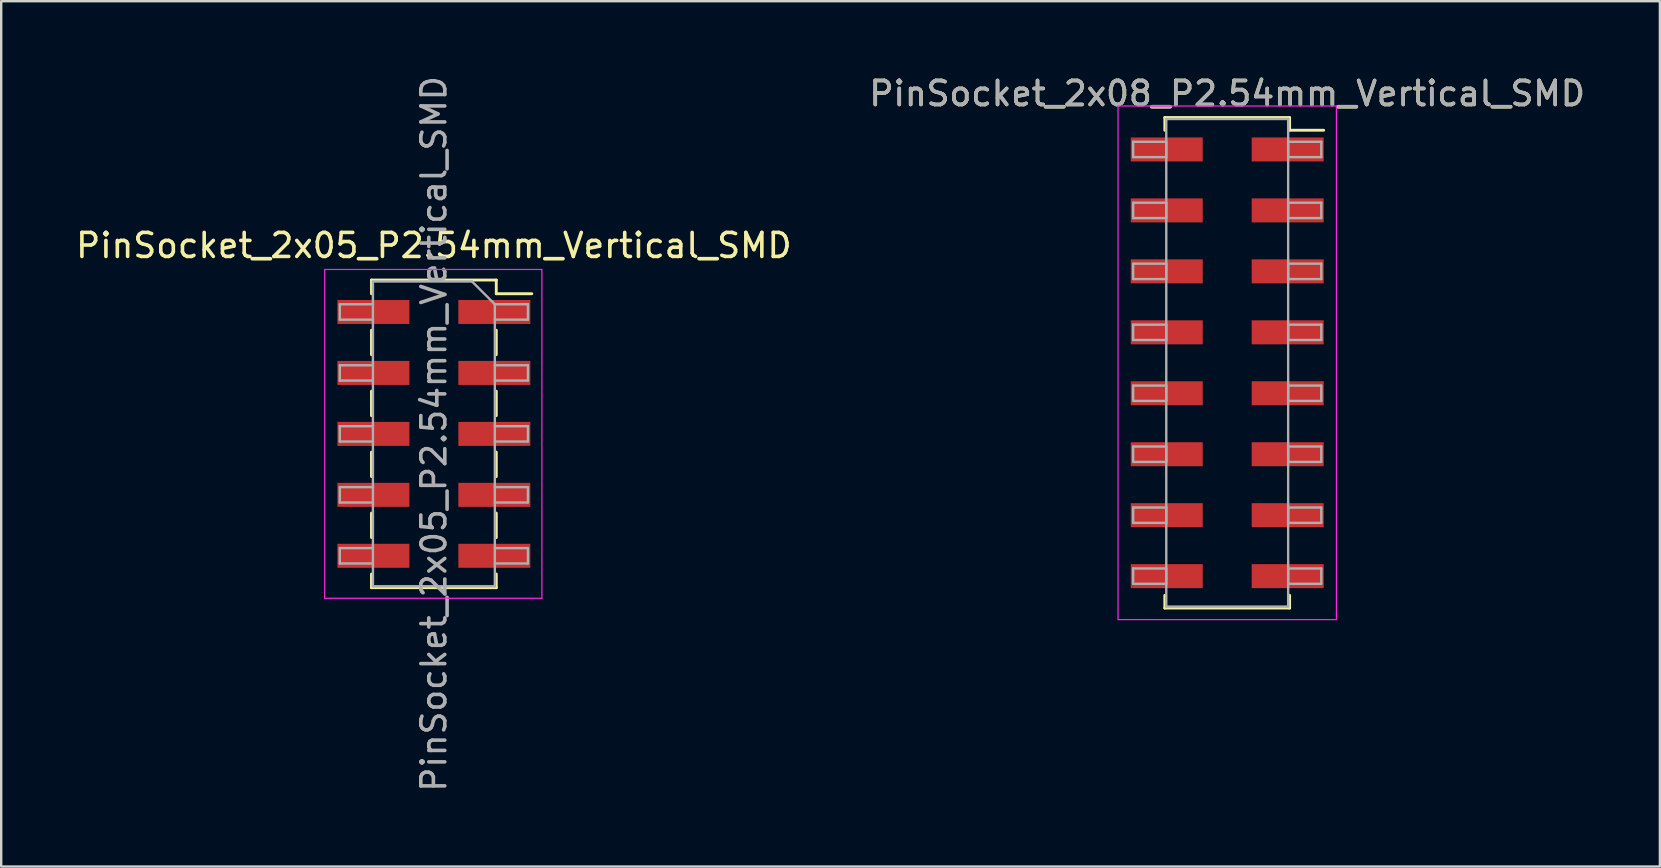
<source format=kicad_pcb>
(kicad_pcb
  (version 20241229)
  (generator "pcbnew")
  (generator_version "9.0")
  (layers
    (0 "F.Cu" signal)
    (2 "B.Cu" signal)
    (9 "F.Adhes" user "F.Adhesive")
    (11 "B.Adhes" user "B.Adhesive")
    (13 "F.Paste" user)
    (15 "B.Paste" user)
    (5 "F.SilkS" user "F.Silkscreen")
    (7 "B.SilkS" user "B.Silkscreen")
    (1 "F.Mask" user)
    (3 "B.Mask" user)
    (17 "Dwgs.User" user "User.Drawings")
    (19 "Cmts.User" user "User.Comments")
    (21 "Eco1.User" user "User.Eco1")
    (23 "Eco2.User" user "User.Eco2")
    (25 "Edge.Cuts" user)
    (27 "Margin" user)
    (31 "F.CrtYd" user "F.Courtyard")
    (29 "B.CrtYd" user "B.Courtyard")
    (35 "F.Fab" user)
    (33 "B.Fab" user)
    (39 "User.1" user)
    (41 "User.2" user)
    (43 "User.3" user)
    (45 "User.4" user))
  (footprint "PinSocket_2x05_P2.54mm_Vertical_SMD"
    (layer "F.Cu")
    (at 15.03 15.03)
    (property "Reference" "PinSocket_2x05_P2.54mm_Vertical_SMD" (at 0 -7.85 0) (layer "F.SilkS") (effects (font (size 1 1) (thickness 0.15))))
    (attr smd)
    (fp_line (start -2.6 -6.41) (end 2.6 -6.41) (stroke (width 0.12) (type solid)) (layer "F.SilkS"))
    (fp_line (start -2.6 -5.84) (end -2.6 -6.41) (stroke (width 0.12) (type solid)) (layer "F.SilkS"))
    (fp_line (start -2.6 -4.32) (end -2.6 -3.3) (stroke (width 0.12) (type solid)) (layer "F.SilkS"))
    (fp_line (start -2.6 -1.78) (end -2.6 -0.76) (stroke (width 0.12) (type solid)) (layer "F.SilkS"))
    (fp_line (start -2.6 0.76) (end -2.6 1.78) (stroke (width 0.12) (type solid)) (layer "F.SilkS"))
    (fp_line (start -2.6 3.3) (end -2.6 4.32) (stroke (width 0.12) (type solid)) (layer "F.SilkS"))
    (fp_line (start -2.6 6.41) (end -2.6 5.84) (stroke (width 0.12) (type solid)) (layer "F.SilkS"))
    (fp_line (start 2.6 -6.41) (end 2.6 -5.84) (stroke (width 0.12) (type solid)) (layer "F.SilkS"))
    (fp_line (start 2.6 -5.84) (end 4.08 -5.84) (stroke (width 0.12) (type solid)) (layer "F.SilkS"))
    (fp_line (start 2.6 -3.3) (end 2.6 -4.32) (stroke (width 0.12) (type solid)) (layer "F.SilkS"))
    (fp_line (start 2.6 -0.76) (end 2.6 -1.78) (stroke (width 0.12) (type solid)) (layer "F.SilkS"))
    (fp_line (start 2.6 1.78) (end 2.6 0.76) (stroke (width 0.12) (type solid)) (layer "F.SilkS"))
    (fp_line (start 2.6 4.32) (end 2.6 3.3) (stroke (width 0.12) (type solid)) (layer "F.SilkS"))
    (fp_line (start 2.6 5.84) (end 2.6 6.41) (stroke (width 0.12) (type solid)) (layer "F.SilkS"))
    (fp_line (start 2.6 6.41) (end -2.6 6.41) (stroke (width 0.12) (type solid)) (layer "F.SilkS"))
    (fp_line (start -4.55 -6.85) (end 4.5 -6.85) (stroke (width 0.05) (type solid)) (layer "F.CrtYd"))
    (fp_line (start -4.55 6.85) (end -4.55 -6.85) (stroke (width 0.05) (type solid)) (layer "F.CrtYd"))
    (fp_line (start 4.5 -6.85) (end 4.5 6.85) (stroke (width 0.05) (type solid)) (layer "F.CrtYd"))
    (fp_line (start 4.5 6.85) (end -4.55 6.85) (stroke (width 0.05) (type solid)) (layer "F.CrtYd"))
    (fp_line (start -3.92 -5.4) (end -2.54 -5.4) (stroke (width 0.1) (type solid)) (layer "F.Fab"))
    (fp_line (start -3.92 -4.76) (end -3.92 -5.4) (stroke (width 0.1) (type solid)) (layer "F.Fab"))
    (fp_line (start -3.92 -2.86) (end -2.54 -2.86) (stroke (width 0.1) (type solid)) (layer "F.Fab"))
    (fp_line (start -3.92 -2.22) (end -3.92 -2.86) (stroke (width 0.1) (type solid)) (layer "F.Fab"))
    (fp_line (start -3.92 -0.32) (end -2.54 -0.32) (stroke (width 0.1) (type solid)) (layer "F.Fab"))
    (fp_line (start -3.92 0.32) (end -3.92 -0.32) (stroke (width 0.1) (type solid)) (layer "F.Fab"))
    (fp_line (start -3.92 2.22) (end -2.54 2.22) (stroke (width 0.1) (type solid)) (layer "F.Fab"))
    (fp_line (start -3.92 2.86) (end -3.92 2.22) (stroke (width 0.1) (type solid)) (layer "F.Fab"))
    (fp_line (start -3.92 4.76) (end -2.54 4.76) (stroke (width 0.1) (type solid)) (layer "F.Fab"))
    (fp_line (start -3.92 5.4) (end -3.92 4.76) (stroke (width 0.1) (type solid)) (layer "F.Fab"))
    (fp_line (start -2.54 -6.35) (end 1.59 -6.35) (stroke (width 0.1) (type solid)) (layer "F.Fab"))
    (fp_line (start -2.54 -4.76) (end -3.92 -4.76) (stroke (width 0.1) (type solid)) (layer "F.Fab"))
    (fp_line (start -2.54 -2.22) (end -3.92 -2.22) (stroke (width 0.1) (type solid)) (layer "F.Fab"))
    (fp_line (start -2.54 0.32) (end -3.92 0.32) (stroke (width 0.1) (type solid)) (layer "F.Fab"))
    (fp_line (start -2.54 2.86) (end -3.92 2.86) (stroke (width 0.1) (type solid)) (layer "F.Fab"))
    (fp_line (start -2.54 5.4) (end -3.92 5.4) (stroke (width 0.1) (type solid)) (layer "F.Fab"))
    (fp_line (start -2.54 6.35) (end -2.54 -6.35) (stroke (width 0.1) (type solid)) (layer "F.Fab"))
    (fp_line (start 1.59 -6.35) (end 2.54 -5.4) (stroke (width 0.1) (type solid)) (layer "F.Fab"))
    (fp_line (start 2.54 -5.4) (end 2.54 6.35) (stroke (width 0.1) (type solid)) (layer "F.Fab"))
    (fp_line (start 2.54 -5.4) (end 3.92 -5.4) (stroke (width 0.1) (type solid)) (layer "F.Fab"))
    (fp_line (start 2.54 -2.86) (end 3.92 -2.86) (stroke (width 0.1) (type solid)) (layer "F.Fab"))
    (fp_line (start 2.54 -0.32) (end 3.92 -0.32) (stroke (width 0.1) (type solid)) (layer "F.Fab"))
    (fp_line (start 2.54 2.22) (end 3.92 2.22) (stroke (width 0.1) (type solid)) (layer "F.Fab"))
    (fp_line (start 2.54 4.76) (end 3.92 4.76) (stroke (width 0.1) (type solid)) (layer "F.Fab"))
    (fp_line (start 2.54 6.35) (end -2.54 6.35) (stroke (width 0.1) (type solid)) (layer "F.Fab"))
    (fp_line (start 3.92 -5.4) (end 3.92 -4.76) (stroke (width 0.1) (type solid)) (layer "F.Fab"))
    (fp_line (start 3.92 -4.76) (end 2.54 -4.76) (stroke (width 0.1) (type solid)) (layer "F.Fab"))
    (fp_line (start 3.92 -2.86) (end 3.92 -2.22) (stroke (width 0.1) (type solid)) (layer "F.Fab"))
    (fp_line (start 3.92 -2.22) (end 2.54 -2.22) (stroke (width 0.1) (type solid)) (layer "F.Fab"))
    (fp_line (start 3.92 -0.32) (end 3.92 0.32) (stroke (width 0.1) (type solid)) (layer "F.Fab"))
    (fp_line (start 3.92 0.32) (end 2.54 0.32) (stroke (width 0.1) (type solid)) (layer "F.Fab"))
    (fp_line (start 3.92 2.22) (end 3.92 2.86) (stroke (width 0.1) (type solid)) (layer "F.Fab"))
    (fp_line (start 3.92 2.86) (end 2.54 2.86) (stroke (width 0.1) (type solid)) (layer "F.Fab"))
    (fp_line (start 3.92 4.76) (end 3.92 5.4) (stroke (width 0.1) (type solid)) (layer "F.Fab"))
    (fp_line (start 3.92 5.4) (end 2.54 5.4) (stroke (width 0.1) (type solid)) (layer "F.Fab"))
    (fp_text user "${REFERENCE}" (at 0 0 90) (layer "F.Fab") (effects (font (size 1 1) (thickness 0.15))))
    (pad "1" smd rect (at 2.52 -5.08) (size 3 1) (layers "F.Cu" "F.Mask" "F.Paste"))
    (pad "2" smd rect (at -2.52 -5.08) (size 3 1) (layers "F.Cu" "F.Mask" "F.Paste"))
    (pad "3" smd rect (at 2.52 -2.54) (size 3 1) (layers "F.Cu" "F.Mask" "F.Paste"))
    (pad "4" smd rect (at -2.52 -2.54) (size 3 1) (layers "F.Cu" "F.Mask" "F.Paste"))
    (pad "5" smd rect (at 2.52 0) (size 3 1) (layers "F.Cu" "F.Mask" "F.Paste"))
    (pad "6" smd rect (at -2.52 0) (size 3 1) (layers "F.Cu" "F.Mask" "F.Paste"))
    (pad "7" smd rect (at 2.52 2.54) (size 3 1) (layers "F.Cu" "F.Mask" "F.Paste"))
    (pad "8" smd rect (at -2.52 2.54) (size 3 1) (layers "F.Cu" "F.Mask" "F.Paste"))
    (pad "9" smd rect (at 2.52 5.08) (size 3 1) (layers "F.Cu" "F.Mask" "F.Paste"))
    (pad "10" smd rect (at -2.52 5.08) (size 3 1) (layers "F.Cu" "F.Mask" "F.Paste")))
  (footprint "PinSocket_2x08_P2.54mm_Vertical_SMD"
    (layer "F.Cu")
    (at 48.089 12.068)
    (property "Reference" "PinSocket_2x08_P2.54mm_Vertical_SMD" (at 0 -11.22 0) (layer "F.SilkS") (effects (font (size 1 1) (thickness 0.15))))
    (attr smd)
    (fp_line (start -2.6 -10.22) (end 2.6 -10.22) (stroke (width 0.12) (type solid)) (layer "F.SilkS"))
    (fp_line (start -2.6 -9.69) (end -2.6 -10.22) (stroke (width 0.12) (type solid)) (layer "F.SilkS"))
    (fp_line (start -2.6 9.69) (end -2.6 10.22) (stroke (width 0.12) (type solid)) (layer "F.SilkS"))
    (fp_line (start -2.6 10.22) (end 2.6 10.22) (stroke (width 0.12) (type solid)) (layer "F.SilkS"))
    (fp_line (start 2.6 -10.22) (end 2.6 -9.69) (stroke (width 0.12) (type solid)) (layer "F.SilkS"))
    (fp_line (start 2.6 10.22) (end 2.6 9.69) (stroke (width 0.12) (type solid)) (layer "F.SilkS"))
    (fp_line (start 4.02 -9.69) (end 2.6 -9.69) (stroke (width 0.12) (type solid)) (layer "F.SilkS"))
    (fp_line (start -4.55 -10.7) (end -4.55 10.7) (stroke (width 0.05) (type solid)) (layer "F.CrtYd"))
    (fp_line (start -4.55 10.7) (end 4.55 10.7) (stroke (width 0.05) (type solid)) (layer "F.CrtYd"))
    (fp_line (start 4.55 -10.7) (end -4.55 -10.7) (stroke (width 0.05) (type solid)) (layer "F.CrtYd"))
    (fp_line (start 4.55 10.7) (end 4.55 -10.7) (stroke (width 0.05) (type solid)) (layer "F.CrtYd"))
    (fp_line (start -3.92 -9.21) (end -2.54 -9.21) (stroke (width 0.1) (type solid)) (layer "F.Fab"))
    (fp_line (start -3.92 -8.57) (end -3.92 -9.21) (stroke (width 0.1) (type solid)) (layer "F.Fab"))
    (fp_line (start -3.92 -6.67) (end -2.54 -6.67) (stroke (width 0.1) (type solid)) (layer "F.Fab"))
    (fp_line (start -3.92 -6.03) (end -3.92 -6.67) (stroke (width 0.1) (type solid)) (layer "F.Fab"))
    (fp_line (start -3.92 -4.13) (end -2.54 -4.13) (stroke (width 0.1) (type solid)) (layer "F.Fab"))
    (fp_line (start -3.92 -3.49) (end -3.92 -4.13) (stroke (width 0.1) (type solid)) (layer "F.Fab"))
    (fp_line (start -3.92 -1.59) (end -2.54 -1.59) (stroke (width 0.1) (type solid)) (layer "F.Fab"))
    (fp_line (start -3.92 -0.95) (end -3.92 -1.59) (stroke (width 0.1) (type solid)) (layer "F.Fab"))
    (fp_line (start -3.92 0.95) (end -2.54 0.95) (stroke (width 0.1) (type solid)) (layer "F.Fab"))
    (fp_line (start -3.92 1.59) (end -3.92 0.95) (stroke (width 0.1) (type solid)) (layer "F.Fab"))
    (fp_line (start -3.92 3.49) (end -2.54 3.49) (stroke (width 0.1) (type solid)) (layer "F.Fab"))
    (fp_line (start -3.92 4.13) (end -3.92 3.49) (stroke (width 0.1) (type solid)) (layer "F.Fab"))
    (fp_line (start -3.92 6.03) (end -2.54 6.03) (stroke (width 0.1) (type solid)) (layer "F.Fab"))
    (fp_line (start -3.92 6.67) (end -3.92 6.03) (stroke (width 0.1) (type solid)) (layer "F.Fab"))
    (fp_line (start -3.92 8.57) (end -2.54 8.57) (stroke (width 0.1) (type solid)) (layer "F.Fab"))
    (fp_line (start -3.92 9.21) (end -3.92 8.57) (stroke (width 0.1) (type solid)) (layer "F.Fab"))
    (fp_line (start -2.54 -10.16) (end -2.54 10.16) (stroke (width 0.1) (type solid)) (layer "F.Fab"))
    (fp_line (start -2.54 -9.21) (end -2.54 -8.57) (stroke (width 0.1) (type solid)) (layer "F.Fab"))
    (fp_line (start -2.54 -8.57) (end -3.92 -8.57) (stroke (width 0.1) (type solid)) (layer "F.Fab"))
    (fp_line (start -2.54 -6.67) (end -2.54 -6.03) (stroke (width 0.1) (type solid)) (layer "F.Fab"))
    (fp_line (start -2.54 -6.03) (end -3.92 -6.03) (stroke (width 0.1) (type solid)) (layer "F.Fab"))
    (fp_line (start -2.54 -4.13) (end -2.54 -3.49) (stroke (width 0.1) (type solid)) (layer "F.Fab"))
    (fp_line (start -2.54 -3.49) (end -3.92 -3.49) (stroke (width 0.1) (type solid)) (layer "F.Fab"))
    (fp_line (start -2.54 -1.59) (end -2.54 -0.95) (stroke (width 0.1) (type solid)) (layer "F.Fab"))
    (fp_line (start -2.54 -0.95) (end -3.92 -0.95) (stroke (width 0.1) (type solid)) (layer "F.Fab"))
    (fp_line (start -2.54 0.95) (end -2.54 1.59) (stroke (width 0.1) (type solid)) (layer "F.Fab"))
    (fp_line (start -2.54 1.59) (end -3.92 1.59) (stroke (width 0.1) (type solid)) (layer "F.Fab"))
    (fp_line (start -2.54 3.49) (end -2.54 4.13) (stroke (width 0.1) (type solid)) (layer "F.Fab"))
    (fp_line (start -2.54 4.13) (end -3.92 4.13) (stroke (width 0.1) (type solid)) (layer "F.Fab"))
    (fp_line (start -2.54 6.03) (end -2.54 6.67) (stroke (width 0.1) (type solid)) (layer "F.Fab"))
    (fp_line (start -2.54 6.67) (end -3.92 6.67) (stroke (width 0.1) (type solid)) (layer "F.Fab"))
    (fp_line (start -2.54 8.57) (end -2.54 9.21) (stroke (width 0.1) (type solid)) (layer "F.Fab"))
    (fp_line (start -2.54 9.21) (end -3.92 9.21) (stroke (width 0.1) (type solid)) (layer "F.Fab"))
    (fp_line (start -2.54 10.16) (end 2.54 10.16) (stroke (width 0.1) (type solid)) (layer "F.Fab"))
    (fp_line (start 2.54 -10.16) (end -2.54 -10.16) (stroke (width 0.1) (type solid)) (layer "F.Fab"))
    (fp_line (start 2.54 -9.21) (end 2.54 -8.57) (stroke (width 0.1) (type solid)) (layer "F.Fab"))
    (fp_line (start 2.54 -8.57) (end 3.92 -8.57) (stroke (width 0.1) (type solid)) (layer "F.Fab"))
    (fp_line (start 2.54 -6.67) (end 2.54 -6.03) (stroke (width 0.1) (type solid)) (layer "F.Fab"))
    (fp_line (start 2.54 -6.03) (end 3.92 -6.03) (stroke (width 0.1) (type solid)) (layer "F.Fab"))
    (fp_line (start 2.54 -4.13) (end 2.54 -3.49) (stroke (width 0.1) (type solid)) (layer "F.Fab"))
    (fp_line (start 2.54 -3.49) (end 3.92 -3.49) (stroke (width 0.1) (type solid)) (layer "F.Fab"))
    (fp_line (start 2.54 -1.59) (end 2.54 -0.95) (stroke (width 0.1) (type solid)) (layer "F.Fab"))
    (fp_line (start 2.54 -0.95) (end 3.92 -0.95) (stroke (width 0.1) (type solid)) (layer "F.Fab"))
    (fp_line (start 2.54 0.95) (end 2.54 1.59) (stroke (width 0.1) (type solid)) (layer "F.Fab"))
    (fp_line (start 2.54 1.59) (end 3.92 1.59) (stroke (width 0.1) (type solid)) (layer "F.Fab"))
    (fp_line (start 2.54 3.49) (end 2.54 4.13) (stroke (width 0.1) (type solid)) (layer "F.Fab"))
    (fp_line (start 2.54 4.13) (end 3.92 4.13) (stroke (width 0.1) (type solid)) (layer "F.Fab"))
    (fp_line (start 2.54 6.03) (end 2.54 6.67) (stroke (width 0.1) (type solid)) (layer "F.Fab"))
    (fp_line (start 2.54 6.67) (end 3.92 6.67) (stroke (width 0.1) (type solid)) (layer "F.Fab"))
    (fp_line (start 2.54 8.57) (end 2.54 9.21) (stroke (width 0.1) (type solid)) (layer "F.Fab"))
    (fp_line (start 2.54 9.21) (end 3.92 9.21) (stroke (width 0.1) (type solid)) (layer "F.Fab"))
    (fp_line (start 2.54 10.16) (end 2.54 -10.16) (stroke (width 0.1) (type solid)) (layer "F.Fab"))
    (fp_line (start 3.92 -9.21) (end 2.54 -9.21) (stroke (width 0.1) (type solid)) (layer "F.Fab"))
    (fp_line (start 3.92 -8.57) (end 3.92 -9.21) (stroke (width 0.1) (type solid)) (layer "F.Fab"))
    (fp_line (start 3.92 -6.67) (end 2.54 -6.67) (stroke (width 0.1) (type solid)) (layer "F.Fab"))
    (fp_line (start 3.92 -6.03) (end 3.92 -6.67) (stroke (width 0.1) (type solid)) (layer "F.Fab"))
    (fp_line (start 3.92 -4.13) (end 2.54 -4.13) (stroke (width 0.1) (type solid)) (layer "F.Fab"))
    (fp_line (start 3.92 -3.49) (end 3.92 -4.13) (stroke (width 0.1) (type solid)) (layer "F.Fab"))
    (fp_line (start 3.92 -1.59) (end 2.54 -1.59) (stroke (width 0.1) (type solid)) (layer "F.Fab"))
    (fp_line (start 3.92 -0.95) (end 3.92 -1.59) (stroke (width 0.1) (type solid)) (layer "F.Fab"))
    (fp_line (start 3.92 0.95) (end 2.54 0.95) (stroke (width 0.1) (type solid)) (layer "F.Fab"))
    (fp_line (start 3.92 1.59) (end 3.92 0.95) (stroke (width 0.1) (type solid)) (layer "F.Fab"))
    (fp_line (start 3.92 3.49) (end 2.54 3.49) (stroke (width 0.1) (type solid)) (layer "F.Fab"))
    (fp_line (start 3.92 4.13) (end 3.92 3.49) (stroke (width 0.1) (type solid)) (layer "F.Fab"))
    (fp_line (start 3.92 6.03) (end 2.54 6.03) (stroke (width 0.1) (type solid)) (layer "F.Fab"))
    (fp_line (start 3.92 6.67) (end 3.92 6.03) (stroke (width 0.1) (type solid)) (layer "F.Fab"))
    (fp_line (start 3.92 8.57) (end 2.54 8.57) (stroke (width 0.1) (type solid)) (layer "F.Fab"))
    (fp_line (start 3.92 9.21) (end 3.92 8.57) (stroke (width 0.1) (type solid)) (layer "F.Fab"))
    (fp_text user "${REFERENCE}" (at 0 -11.22 0) (layer "F.Fab") (effects (font (size 1 1) (thickness 0.15))))
    (pad "1" smd rect (at 2.52 -8.89) (size 3 1) (layers "F.Cu" "F.Mask" "F.Paste"))
    (pad "2" smd rect (at -2.52 -8.89) (size 3 1) (layers "F.Cu" "F.Mask" "F.Paste"))
    (pad "3" smd rect (at 2.52 -6.35) (size 3 1) (layers "F.Cu" "F.Mask" "F.Paste"))
    (pad "4" smd rect (at -2.52 -6.35) (size 3 1) (layers "F.Cu" "F.Mask" "F.Paste"))
    (pad "5" smd rect (at 2.52 -3.81) (size 3 1) (layers "F.Cu" "F.Mask" "F.Paste"))
    (pad "6" smd rect (at -2.52 -3.81) (size 3 1) (layers "F.Cu" "F.Mask" "F.Paste"))
    (pad "7" smd rect (at 2.52 -1.27) (size 3 1) (layers "F.Cu" "F.Mask" "F.Paste"))
    (pad "8" smd rect (at -2.52 -1.27) (size 3 1) (layers "F.Cu" "F.Mask" "F.Paste"))
    (pad "9" smd rect (at 2.52 1.27) (size 3 1) (layers "F.Cu" "F.Mask" "F.Paste"))
    (pad "10" smd rect (at -2.52 1.27) (size 3 1) (layers "F.Cu" "F.Mask" "F.Paste"))
    (pad "11" smd rect (at 2.52 3.81) (size 3 1) (layers "F.Cu" "F.Mask" "F.Paste"))
    (pad "12" smd rect (at -2.52 3.81) (size 3 1) (layers "F.Cu" "F.Mask" "F.Paste"))
    (pad "13" smd rect (at 2.52 6.35) (size 3 1) (layers "F.Cu" "F.Mask" "F.Paste"))
    (pad "14" smd rect (at -2.52 6.35) (size 3 1) (layers "F.Cu" "F.Mask" "F.Paste"))
    (pad "15" smd rect (at 2.52 8.89) (size 3 1) (layers "F.Cu" "F.Mask" "F.Paste"))
    (pad "16" smd rect (at -2.52 8.89) (size 3 1) (layers "F.Cu" "F.Mask" "F.Paste")))
  (gr_rect
    (start -3 -3)
    (end 66.119 33.06)
    (stroke (width 0.1) (type default))
    (fill no)
    (layer "Edge.Cuts")))
</source>
